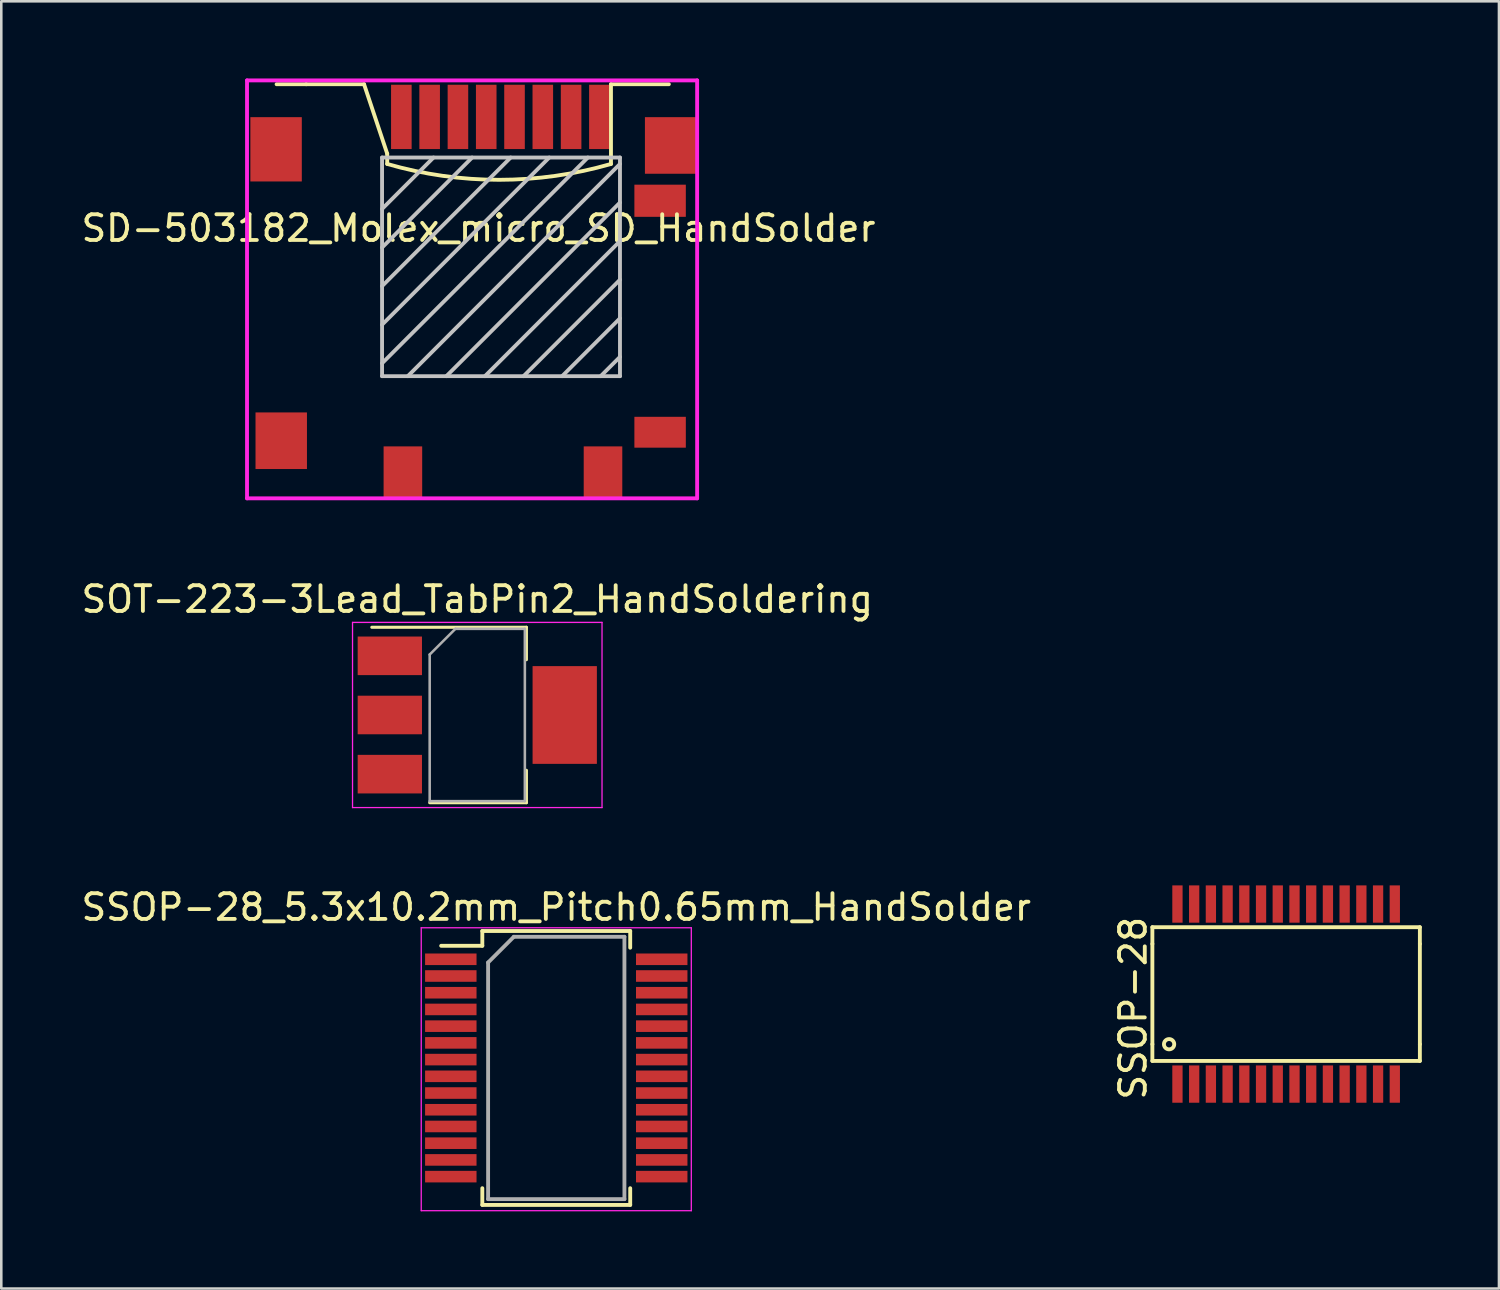
<source format=kicad_pcb>
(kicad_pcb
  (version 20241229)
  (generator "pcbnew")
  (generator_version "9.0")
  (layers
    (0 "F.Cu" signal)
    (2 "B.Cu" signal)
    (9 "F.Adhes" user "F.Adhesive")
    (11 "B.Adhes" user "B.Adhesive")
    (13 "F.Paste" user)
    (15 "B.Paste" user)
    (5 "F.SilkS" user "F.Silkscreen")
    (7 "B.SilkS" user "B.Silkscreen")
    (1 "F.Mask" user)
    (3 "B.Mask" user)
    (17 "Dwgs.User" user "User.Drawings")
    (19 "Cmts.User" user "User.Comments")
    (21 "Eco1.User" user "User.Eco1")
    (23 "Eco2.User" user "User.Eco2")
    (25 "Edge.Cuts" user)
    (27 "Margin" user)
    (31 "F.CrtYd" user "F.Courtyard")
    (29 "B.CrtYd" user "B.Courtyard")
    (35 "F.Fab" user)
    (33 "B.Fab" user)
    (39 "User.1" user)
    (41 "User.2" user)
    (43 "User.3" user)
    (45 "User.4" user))
  (footprint "SSOP-28_5.3x10.2mm_Pitch0.65mm_HandSolder"
    (layer "F.Cu")
    (at 18.577 38.471)
    (property "Reference" "SSOP-28_5.3x10.2mm_Pitch0.65mm_HandSolder" (at 0 -6.25 0) (layer "F.SilkS") (effects (font (size 1 1) (thickness 0.15))))
    (attr smd)
    (fp_line (start -2.875 -5.325) (end -2.875 -4.75) (stroke (width 0.15) (type solid)) (layer "F.SilkS"))
    (fp_line (start -2.875 -5.325) (end 2.875 -5.325) (stroke (width 0.15) (type solid)) (layer "F.SilkS"))
    (fp_line (start -2.875 -4.75) (end -4.475 -4.75) (stroke (width 0.15) (type solid)) (layer "F.SilkS"))
    (fp_line (start -2.875 5.325) (end -2.875 4.675) (stroke (width 0.15) (type solid)) (layer "F.SilkS"))
    (fp_line (start -2.875 5.325) (end 2.875 5.325) (stroke (width 0.15) (type solid)) (layer "F.SilkS"))
    (fp_line (start 2.875 -5.325) (end 2.875 -4.675) (stroke (width 0.15) (type solid)) (layer "F.SilkS"))
    (fp_line (start 2.875 5.325) (end 2.875 4.675) (stroke (width 0.15) (type solid)) (layer "F.SilkS"))
    (fp_line (start -5.25 -5.45) (end -5.25 5.55) (stroke (width 0.05) (type solid)) (layer "F.CrtYd"))
    (fp_line (start -5.25 -5.45) (end 5.25 -5.45) (stroke (width 0.05) (type solid)) (layer "F.CrtYd"))
    (fp_line (start -5.25 5.55) (end 5.25 5.55) (stroke (width 0.05) (type solid)) (layer "F.CrtYd"))
    (fp_line (start 5.25 -5.45) (end 5.25 5.55) (stroke (width 0.05) (type solid)) (layer "F.CrtYd"))
    (fp_line (start -2.65 -4.1) (end -1.65 -5.1) (stroke (width 0.15) (type solid)) (layer "F.Fab"))
    (fp_line (start -2.65 5.1) (end -2.65 -4.1) (stroke (width 0.15) (type solid)) (layer "F.Fab"))
    (fp_line (start -1.65 -5.1) (end 2.65 -5.1) (stroke (width 0.15) (type solid)) (layer "F.Fab"))
    (fp_line (start 2.65 -5.1) (end 2.65 5.1) (stroke (width 0.15) (type solid)) (layer "F.Fab"))
    (fp_line (start 2.65 5.1) (end -2.65 5.1) (stroke (width 0.15) (type solid)) (layer "F.Fab"))
    (pad "1" smd rect (at -4.1 -4.225) (size 2 0.45) (layers "F.Cu" "F.Mask" "F.Paste"))
    (pad "2" smd rect (at -4.1 -3.575) (size 2 0.45) (layers "F.Cu" "F.Mask" "F.Paste"))
    (pad "3" smd rect (at -4.1 -2.925) (size 2 0.45) (layers "F.Cu" "F.Mask" "F.Paste"))
    (pad "4" smd rect (at -4.1 -2.275) (size 2 0.45) (layers "F.Cu" "F.Mask" "F.Paste"))
    (pad "5" smd rect (at -4.1 -1.625) (size 2 0.45) (layers "F.Cu" "F.Mask" "F.Paste"))
    (pad "6" smd rect (at -4.1 -0.975) (size 2 0.45) (layers "F.Cu" "F.Mask" "F.Paste"))
    (pad "7" smd rect (at -4.1 -0.325) (size 2 0.45) (layers "F.Cu" "F.Mask" "F.Paste"))
    (pad "8" smd rect (at -4.1 0.325) (size 2 0.45) (layers "F.Cu" "F.Mask" "F.Paste"))
    (pad "9" smd rect (at -4.1 0.975) (size 2 0.45) (layers "F.Cu" "F.Mask" "F.Paste"))
    (pad "10" smd rect (at -4.1 1.625) (size 2 0.45) (layers "F.Cu" "F.Mask" "F.Paste"))
    (pad "11" smd rect (at -4.1 2.275) (size 2 0.45) (layers "F.Cu" "F.Mask" "F.Paste"))
    (pad "12" smd rect (at -4.1 2.925) (size 2 0.45) (layers "F.Cu" "F.Mask" "F.Paste"))
    (pad "13" smd rect (at -4.1 3.575) (size 2 0.45) (layers "F.Cu" "F.Mask" "F.Paste"))
    (pad "14" smd rect (at -4.1 4.225) (size 2 0.45) (layers "F.Cu" "F.Mask" "F.Paste"))
    (pad "15" smd rect (at 4.1 4.225) (size 2 0.45) (layers "F.Cu" "F.Mask" "F.Paste"))
    (pad "16" smd rect (at 4.1 3.575) (size 2 0.45) (layers "F.Cu" "F.Mask" "F.Paste"))
    (pad "17" smd rect (at 4.1 2.925) (size 2 0.45) (layers "F.Cu" "F.Mask" "F.Paste"))
    (pad "18" smd rect (at 4.1 2.275) (size 2 0.45) (layers "F.Cu" "F.Mask" "F.Paste"))
    (pad "19" smd rect (at 4.1 1.625) (size 2 0.45) (layers "F.Cu" "F.Mask" "F.Paste"))
    (pad "20" smd rect (at 4.1 0.975) (size 2 0.45) (layers "F.Cu" "F.Mask" "F.Paste"))
    (pad "21" smd rect (at 4.1 0.325) (size 2 0.45) (layers "F.Cu" "F.Mask" "F.Paste"))
    (pad "22" smd rect (at 4.1 -0.325) (size 2 0.45) (layers "F.Cu" "F.Mask" "F.Paste"))
    (pad "23" smd rect (at 4.1 -0.975) (size 2 0.45) (layers "F.Cu" "F.Mask" "F.Paste"))
    (pad "24" smd rect (at 4.1 -1.625) (size 2 0.45) (layers "F.Cu" "F.Mask" "F.Paste"))
    (pad "25" smd rect (at 4.1 -2.275) (size 2 0.45) (layers "F.Cu" "F.Mask" "F.Paste"))
    (pad "26" smd rect (at 4.1 -2.925) (size 2 0.45) (layers "F.Cu" "F.Mask" "F.Paste"))
    (pad "27" smd rect (at 4.1 -3.575) (size 2 0.45) (layers "F.Cu" "F.Mask" "F.Paste"))
    (pad "28" smd rect (at 4.1 -4.225) (size 2 0.45) (layers "F.Cu" "F.Mask" "F.Paste")))
  (footprint "SOT-223-3Lead_TabPin2_HandSoldering"
    (layer "F.Cu")
    (at 15.506 24.748)
    (property "Reference" "SOT-223-3Lead_TabPin2_HandSoldering" (at 0 -4.5 0) (layer "F.SilkS") (effects (font (size 1 1) (thickness 0.15))))
    (attr smd)
    (fp_line (start -4.1 -3.41) (end 1.91 -3.41) (stroke (width 0.12) (type solid)) (layer "F.SilkS"))
    (fp_line (start -1.85 3.41) (end 1.91 3.41) (stroke (width 0.12) (type solid)) (layer "F.SilkS"))
    (fp_line (start 1.91 -3.41) (end 1.91 -2.15) (stroke (width 0.12) (type solid)) (layer "F.SilkS"))
    (fp_line (start 1.91 3.41) (end 1.91 2.15) (stroke (width 0.12) (type solid)) (layer "F.SilkS"))
    (fp_line (start -4.85 -3.6) (end -4.85 3.6) (stroke (width 0.05) (type solid)) (layer "F.CrtYd"))
    (fp_line (start -4.85 3.6) (end 4.85 3.6) (stroke (width 0.05) (type solid)) (layer "F.CrtYd"))
    (fp_line (start 4.85 -3.6) (end -4.85 -3.6) (stroke (width 0.05) (type solid)) (layer "F.CrtYd"))
    (fp_line (start 4.85 3.6) (end 4.85 -3.6) (stroke (width 0.05) (type solid)) (layer "F.CrtYd"))
    (fp_line (start -1.85 -2.35) (end -1.85 3.35) (stroke (width 0.1) (type solid)) (layer "F.Fab"))
    (fp_line (start -1.85 -2.35) (end -0.85 -3.35) (stroke (width 0.1) (type solid)) (layer "F.Fab"))
    (fp_line (start -1.85 3.35) (end 1.85 3.35) (stroke (width 0.1) (type solid)) (layer "F.Fab"))
    (fp_line (start -0.85 -3.35) (end 1.85 -3.35) (stroke (width 0.1) (type solid)) (layer "F.Fab"))
    (fp_line (start 1.85 -3.35) (end 1.85 3.35) (stroke (width 0.1) (type solid)) (layer "F.Fab"))
    (pad "1" smd rect (at -3.4 -2.3) (size 2.5 1.5) (layers "F.Cu" "F.Mask" "F.Paste"))
    (pad "2" smd rect (at -3.4 0) (size 2.5 1.5) (layers "F.Cu" "F.Mask" "F.Paste"))
    (pad "2" smd rect (at 3.4 0) (size 2.5 3.8) (layers "F.Cu" "F.Mask" "F.Paste"))
    (pad "3" smd rect (at -3.4 2.3) (size 2.5 1.5) (layers "F.Cu" "F.Mask" "F.Paste")))
  (footprint "SD-503182_Molex_micro_SD_HandSolder"
    (layer "F.Cu")
    (at 15.554 5.325)
    (property "Reference" "SD-503182_Molex_micro_SD_HandSolder" (at 0 0.5 0) (layer "F.SilkS") (effects (font (size 1 1) (thickness 0.15))))
    (attr through_hole)
    (fp_line (start -7.85 -5.1) (end -6.7 -5.1) (stroke (width 0.15) (type solid)) (layer "F.SilkS"))
    (fp_line (start -6.7 -5.1) (end -4.45 -5.1) (stroke (width 0.15) (type solid)) (layer "F.SilkS"))
    (fp_line (start -4.45 -5.1) (end -3.55 -2.4) (stroke (width 0.15) (type solid)) (layer "F.SilkS"))
    (fp_line (start -3.55 -2.4) (end -3.55 -2) (stroke (width 0.15) (type solid)) (layer "F.SilkS"))
    (fp_line (start 5.15 -5.1) (end 7.4 -5.1) (stroke (width 0.15) (type solid)) (layer "F.SilkS"))
    (fp_line (start 5.15 -2) (end 5.15 -5.1) (stroke (width 0.15) (type solid)) (layer "F.SilkS"))
    (fp_arc (start 5.149999 -2) (mid 0.8 -1.383954) (end -3.55 -2) (stroke (width 0.15) (type solid)) (layer "F.SilkS"))
    (fp_line (start -3.75 -2.25) (end -3.75 6.25) (stroke (width 0.15) (type solid)) (layer "Dwgs.User"))
    (fp_line (start -3.75 -2.25) (end 5.5 -2.25) (stroke (width 0.15) (type solid)) (layer "Dwgs.User"))
    (fp_line (start -3.75 6.25) (end 5.5 6.25) (stroke (width 0.15) (type solid)) (layer "Dwgs.User"))
    (fp_line (start -1.75 -2.25) (end -3.75 -0.25) (stroke (width 0.15) (type solid)) (layer "Dwgs.User"))
    (fp_line (start -0.25 -2.25) (end -3.75 1.25) (stroke (width 0.15) (type solid)) (layer "Dwgs.User"))
    (fp_line (start 1.25 -2.25) (end -3.75 2.75) (stroke (width 0.15) (type solid)) (layer "Dwgs.User"))
    (fp_line (start 2.75 -2.25) (end -3.75 4.25) (stroke (width 0.15) (type solid)) (layer "Dwgs.User"))
    (fp_line (start 4.25 -2.25) (end -3.75 5.75) (stroke (width 0.15) (type solid)) (layer "Dwgs.User"))
    (fp_line (start 5.5 -2.25) (end 5.5 6.25) (stroke (width 0.15) (type solid)) (layer "Dwgs.User"))
    (fp_line (start 5.5 -2) (end -2.75 6.25) (stroke (width 0.15) (type solid)) (layer "Dwgs.User"))
    (fp_line (start 5.5 -0.5) (end -1.25 6.25) (stroke (width 0.15) (type solid)) (layer "Dwgs.User"))
    (fp_line (start 5.5 1) (end 0.25 6.25) (stroke (width 0.15) (type solid)) (layer "Dwgs.User"))
    (fp_line (start 5.5 2.5) (end 1.75 6.25) (stroke (width 0.15) (type solid)) (layer "Dwgs.User"))
    (fp_line (start 5.5 4) (end 3.25 6.25) (stroke (width 0.15) (type solid)) (layer "Dwgs.User"))
    (fp_line (start 5.5 5.5) (end 4.75 6.25) (stroke (width 0.15) (type solid)) (layer "Dwgs.User"))
    (fp_line (start -9 -5.25) (end -9 11) (stroke (width 0.15) (type solid)) (layer "F.CrtYd"))
    (fp_line (start -9 -5.25) (end 8.5 -5.25) (stroke (width 0.15) (type solid)) (layer "F.CrtYd"))
    (fp_line (start -9 11) (end 8.5 11) (stroke (width 0.15) (type solid)) (layer "F.CrtYd"))
    (fp_line (start 8.5 -5.25) (end 8.5 11) (stroke (width 0.15) (type solid)) (layer "F.CrtYd"))
    (pad "1" smd rect (at -3 -3.83) (size 0.8 2.5) (layers "F.Cu" "F.Mask" "F.Paste"))
    (pad "2" smd rect (at -1.9 -3.83) (size 0.8 2.5) (layers "F.Cu" "F.Mask" "F.Paste"))
    (pad "3" smd rect (at -0.8 -3.83) (size 0.8 2.5) (layers "F.Cu" "F.Mask" "F.Paste"))
    (pad "4" smd rect (at 0.3 -3.83) (size 0.8 2.5) (layers "F.Cu" "F.Mask" "F.Paste"))
    (pad "5" smd rect (at 1.4 -3.83) (size 0.8 2.5) (layers "F.Cu" "F.Mask" "F.Paste"))
    (pad "6" smd rect (at 2.5 -3.83) (size 0.8 2.5) (layers "F.Cu" "F.Mask" "F.Paste"))
    (pad "7" smd rect (at 3.6 -3.83) (size 0.8 2.5) (layers "F.Cu" "F.Mask" "F.Paste"))
    (pad "8" smd rect (at 4.7 -3.83) (size 0.8 2.5) (layers "F.Cu" "F.Mask" "F.Paste"))
    (pad "9" smd rect (at 7.06 8.43) (size 2 1.2) (layers "F.Cu" "F.Mask" "F.Paste"))
    (pad "10" smd rect (at 7.06 -0.57) (size 2 1.25) (layers "F.Cu" "F.Mask" "F.Paste"))
    (pad "11" smd rect (at -7.87 -2.57) (size 2 2.5) (layers "F.Cu" "F.Mask" "F.Paste"))
    (pad "11" smd rect (at -7.67 8.76) (size 2 2.2) (layers "F.Cu" "F.Mask" "F.Paste"))
    (pad "11" smd rect (at -2.94 9.98) (size 1.5 2) (layers "F.Cu" "F.Mask" "F.Paste"))
    (pad "11" smd rect (at 4.84 9.98) (size 1.5 2) (layers "F.Cu" "F.Mask" "F.Paste"))
    (pad "11" smd rect (at 7.47 -2.72) (size 2 2.2) (layers "F.Cu" "F.Mask" "F.Paste")))
  (footprint "SSOP-28"
    (layer "F.Cu")
    (at 46.953 35.598)
    (property "Reference" "SSOP-28" (at -5.95 0.55 90) (layer "F.SilkS") (effects (font (size 1 1) (thickness 0.15))))
    (attr through_hole)
    (fp_line (start -5.2 -2.6) (end -5.2 -1.95) (stroke (width 0.15) (type solid)) (layer "F.SilkS"))
    (fp_line (start -5.2 1.95) (end -5.2 -1.95) (stroke (width 0.15) (type solid)) (layer "F.SilkS"))
    (fp_line (start -5.2 1.95) (end -5.2 2.6) (stroke (width 0.15) (type solid)) (layer "F.SilkS"))
    (fp_line (start -5.2 2.6) (end 5.2 2.6) (stroke (width 0.15) (type solid)) (layer "F.SilkS"))
    (fp_line (start 5.2 -2.6) (end -5.2 -2.6) (stroke (width 0.15) (type solid)) (layer "F.SilkS"))
    (fp_line (start 5.2 -1.95) (end 5.2 -2.6) (stroke (width 0.15) (type solid)) (layer "F.SilkS"))
    (fp_line (start 5.2 1.95) (end 5.2 -1.95) (stroke (width 0.15) (type solid)) (layer "F.SilkS"))
    (fp_line (start 5.2 2.6) (end 5.2 1.95) (stroke (width 0.15) (type solid)) (layer "F.SilkS"))
    (fp_circle (center -4.55 1.95) (end -4.35 1.95) (stroke (width 0.15) (type solid)) (fill no) (layer "F.SilkS"))
    (pad "1" smd rect (at -4.225 3.5) (size 0.4 1.45) (layers "F.Cu" "F.Mask" "F.Paste"))
    (pad "2" smd rect (at -3.575 3.5) (size 0.4 1.45) (layers "F.Cu" "F.Mask" "F.Paste"))
    (pad "3" smd rect (at -2.925 3.5) (size 0.4 1.45) (layers "F.Cu" "F.Mask" "F.Paste"))
    (pad "4" smd rect (at -2.275 3.5) (size 0.4 1.45) (layers "F.Cu" "F.Mask" "F.Paste"))
    (pad "5" smd rect (at -1.625 3.5) (size 0.4 1.45) (layers "F.Cu" "F.Mask" "F.Paste"))
    (pad "6" smd rect (at -0.975 3.5) (size 0.4 1.45) (layers "F.Cu" "F.Mask" "F.Paste"))
    (pad "7" smd rect (at -0.325 3.5) (size 0.4 1.45) (layers "F.Cu" "F.Mask" "F.Paste"))
    (pad "8" smd rect (at 0.325 3.5) (size 0.4 1.45) (layers "F.Cu" "F.Mask" "F.Paste"))
    (pad "9" smd rect (at 0.975 3.5) (size 0.4 1.45) (layers "F.Cu" "F.Mask" "F.Paste"))
    (pad "10" smd rect (at 1.625 3.5) (size 0.4 1.45) (layers "F.Cu" "F.Mask" "F.Paste"))
    (pad "11" smd rect (at 2.275 3.5) (size 0.4 1.45) (layers "F.Cu" "F.Mask" "F.Paste"))
    (pad "12" smd rect (at 2.925 3.5) (size 0.4 1.45) (layers "F.Cu" "F.Mask" "F.Paste"))
    (pad "13" smd rect (at 3.575 3.5) (size 0.4 1.45) (layers "F.Cu" "F.Mask" "F.Paste"))
    (pad "14" smd rect (at 4.225 3.5) (size 0.4 1.45) (layers "F.Cu" "F.Mask" "F.Paste"))
    (pad "15" smd rect (at 4.225 -3.5) (size 0.4 1.45) (layers "F.Cu" "F.Mask" "F.Paste"))
    (pad "16" smd rect (at 3.575 -3.5) (size 0.4 1.45) (layers "F.Cu" "F.Mask" "F.Paste"))
    (pad "17" smd rect (at 2.925 -3.5) (size 0.4 1.45) (layers "F.Cu" "F.Mask" "F.Paste"))
    (pad "18" smd rect (at 2.275 -3.5) (size 0.4 1.45) (layers "F.Cu" "F.Mask" "F.Paste"))
    (pad "19" smd rect (at 1.625 -3.5) (size 0.4 1.45) (layers "F.Cu" "F.Mask" "F.Paste"))
    (pad "20" smd rect (at 0.975 -3.5) (size 0.4 1.45) (layers "F.Cu" "F.Mask" "F.Paste"))
    (pad "21" smd rect (at 0.325 -3.5) (size 0.4 1.45) (layers "F.Cu" "F.Mask" "F.Paste"))
    (pad "22" smd rect (at -0.325 -3.5) (size 0.4 1.45) (layers "F.Cu" "F.Mask" "F.Paste"))
    (pad "23" smd rect (at -0.975 -3.5) (size 0.4 1.45) (layers "F.Cu" "F.Mask" "F.Paste"))
    (pad "24" smd rect (at -1.625 -3.5) (size 0.4 1.45) (layers "F.Cu" "F.Mask" "F.Paste"))
    (pad "25" smd rect (at -2.275 -3.5) (size 0.4 1.45) (layers "F.Cu" "F.Mask" "F.Paste"))
    (pad "26" smd rect (at -2.925 -3.5) (size 0.4 1.45) (layers "F.Cu" "F.Mask" "F.Paste"))
    (pad "27" smd rect (at -3.575 -3.5) (size 0.4 1.45) (layers "F.Cu" "F.Mask" "F.Paste"))
    (pad "28" smd rect (at -4.225 -3.5) (size 0.4 1.45) (layers "F.Cu" "F.Mask" "F.Paste")))
  (gr_rect
    (start -3 -3)
    (end 55.228 47.047)
    (stroke (width 0.1) (type default))
    (fill no)
    (layer "Edge.Cuts")))
</source>
